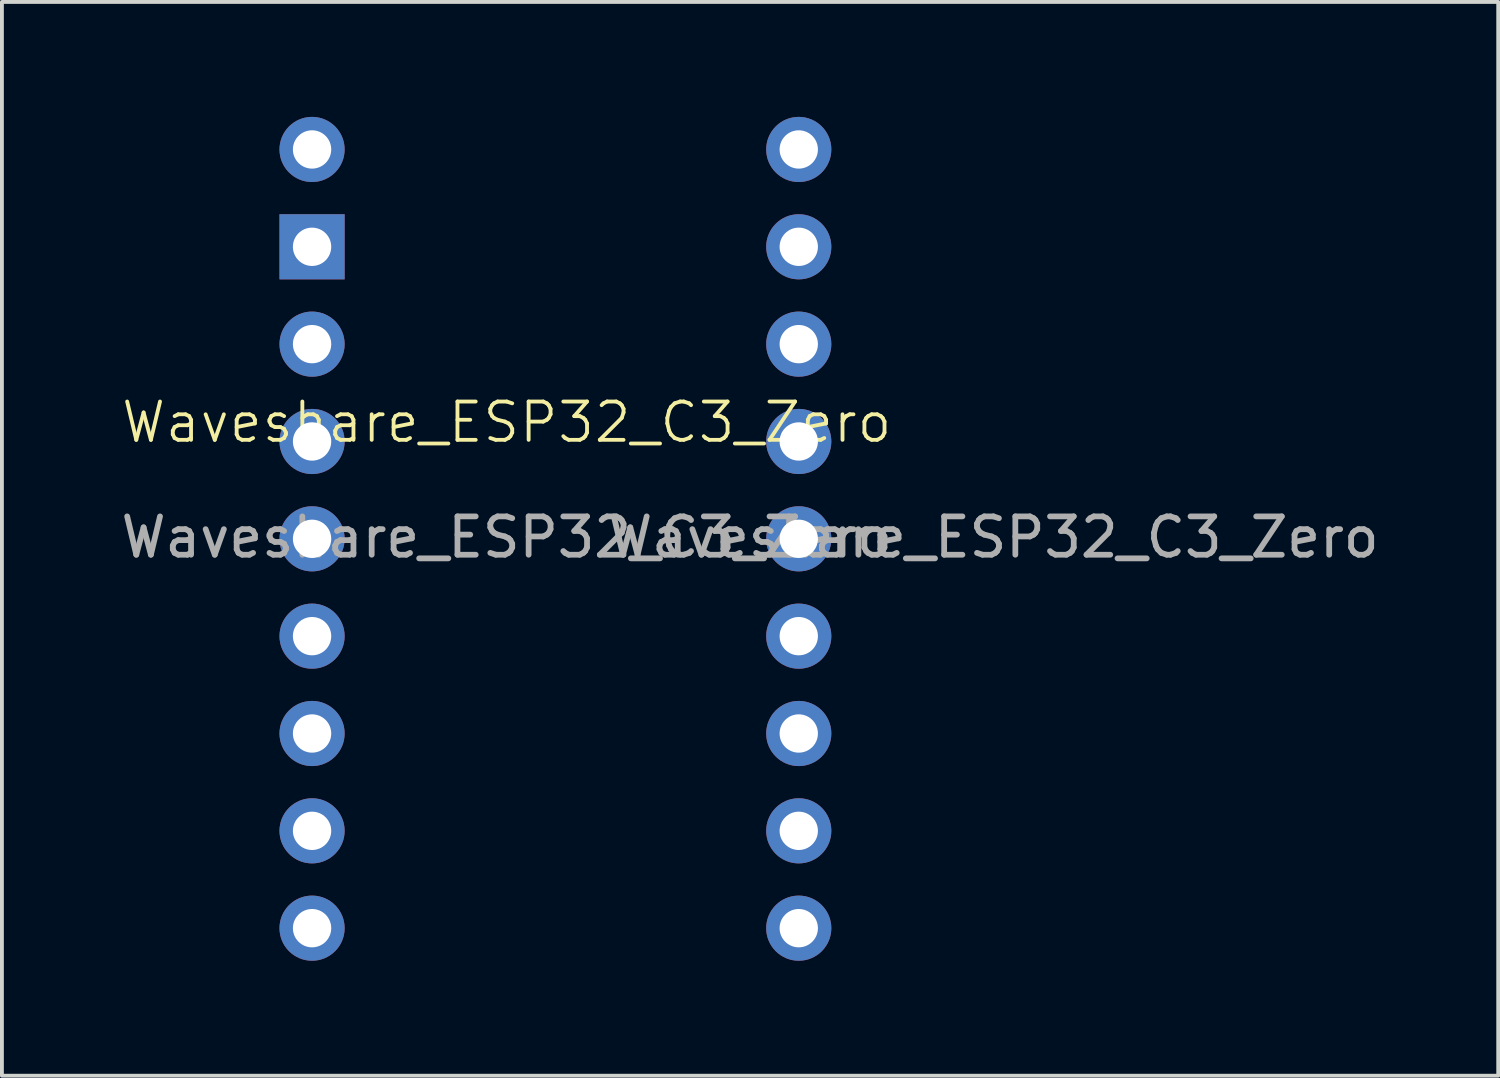
<source format=kicad_pcb>
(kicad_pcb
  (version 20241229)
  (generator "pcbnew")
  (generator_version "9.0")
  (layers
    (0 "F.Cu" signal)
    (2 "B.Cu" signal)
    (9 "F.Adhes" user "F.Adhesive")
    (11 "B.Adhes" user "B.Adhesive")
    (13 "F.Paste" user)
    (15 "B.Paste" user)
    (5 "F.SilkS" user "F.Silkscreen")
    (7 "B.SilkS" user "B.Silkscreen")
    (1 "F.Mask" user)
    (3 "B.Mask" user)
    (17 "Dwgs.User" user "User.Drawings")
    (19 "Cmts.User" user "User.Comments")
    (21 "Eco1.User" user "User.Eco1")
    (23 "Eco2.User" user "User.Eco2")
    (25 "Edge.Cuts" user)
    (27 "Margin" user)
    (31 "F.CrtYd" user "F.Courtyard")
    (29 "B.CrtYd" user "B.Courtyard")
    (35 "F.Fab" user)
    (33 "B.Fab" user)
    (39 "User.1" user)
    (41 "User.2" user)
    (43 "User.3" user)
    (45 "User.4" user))
  (footprint "Waveshare_ESP32_C3_Zero"
    (layer "F.Cu")
    (at 10.173 8.47)
    (property "Reference" "Waveshare_ESP32_C3_Zero" (at 0 -0.5 0) (unlocked yes) (layer "F.SilkS") (effects (font (size 1 1) (thickness 0.1))))
    (attr smd)
    (fp_text user "${REFERENCE}" (at 0 2.5 0) (unlocked yes) (layer "F.Fab") (effects (font (size 1 1) (thickness 0.15))))
    (fp_text user "${REFERENCE}" (at 12.7 2.5 0) (unlocked yes) (layer "F.Fab") (effects (font (size 1 1) (thickness 0.15))))
    (pad "1" thru_hole circle (at -5.08 -7.62) (size 1.7 1.7) (drill 1) (layers "*.Cu" "*.Mask"))
    (pad "2" thru_hole rect (at -5.08 -5.08) (size 1.7 1.7) (drill 1) (layers "*.Cu" "*.Mask"))
    (pad "3" thru_hole circle (at -5.08 -2.54) (size 1.7 1.7) (drill 1) (layers "*.Cu" "*.Mask"))
    (pad "4" thru_hole circle (at -5.08 0) (size 1.7 1.7) (drill 1) (layers "*.Cu" "*.Mask"))
    (pad "5" thru_hole circle (at -5.08 2.54) (size 1.7 1.7) (drill 1) (layers "*.Cu" "*.Mask"))
    (pad "6" thru_hole circle (at -5.08 5.08) (size 1.7 1.7) (drill 1) (layers "*.Cu" "*.Mask"))
    (pad "7" thru_hole circle (at -5.08 7.62) (size 1.7 1.7) (drill 1) (layers "*.Cu" "*.Mask"))
    (pad "8" thru_hole circle (at -5.08 10.16) (size 1.7 1.7) (drill 1) (layers "*.Cu" "*.Mask"))
    (pad "9" thru_hole circle (at -5.08 12.7) (size 1.7 1.7) (drill 1) (layers "*.Cu" "*.Mask"))
    (pad "10" thru_hole circle (at 7.62 12.7) (size 1.7 1.7) (drill 1) (layers "*.Cu" "*.Mask"))
    (pad "11" thru_hole circle (at 7.62 10.16) (size 1.7 1.7) (drill 1) (layers "*.Cu" "*.Mask"))
    (pad "12" thru_hole circle (at 7.62 7.62) (size 1.7 1.7) (drill 1) (layers "*.Cu" "*.Mask"))
    (pad "13" thru_hole circle (at 7.62 5.08) (size 1.7 1.7) (drill 1) (layers "*.Cu" "*.Mask"))
    (pad "14" thru_hole circle (at 7.62 2.54) (size 1.7 1.7) (drill 1) (layers "*.Cu" "*.Mask"))
    (pad "15" thru_hole circle (at 7.62 0) (size 1.7 1.7) (drill 1) (layers "*.Cu" "*.Mask"))
    (pad "16" thru_hole circle (at 7.62 -2.54) (size 1.7 1.7) (drill 1) (layers "*.Cu" "*.Mask"))
    (pad "17" thru_hole circle (at 7.62 -5.08) (size 1.7 1.7) (drill 1) (layers "*.Cu" "*.Mask"))
    (pad "18" thru_hole circle (at 7.62 -7.62) (size 1.7 1.7) (drill 1) (layers "*.Cu" "*.Mask")))
  (gr_rect
    (start -3 -3)
    (end 36.045 25.02)
    (stroke (width 0.1) (type default))
    (fill no)
    (layer "Edge.Cuts")))
</source>
